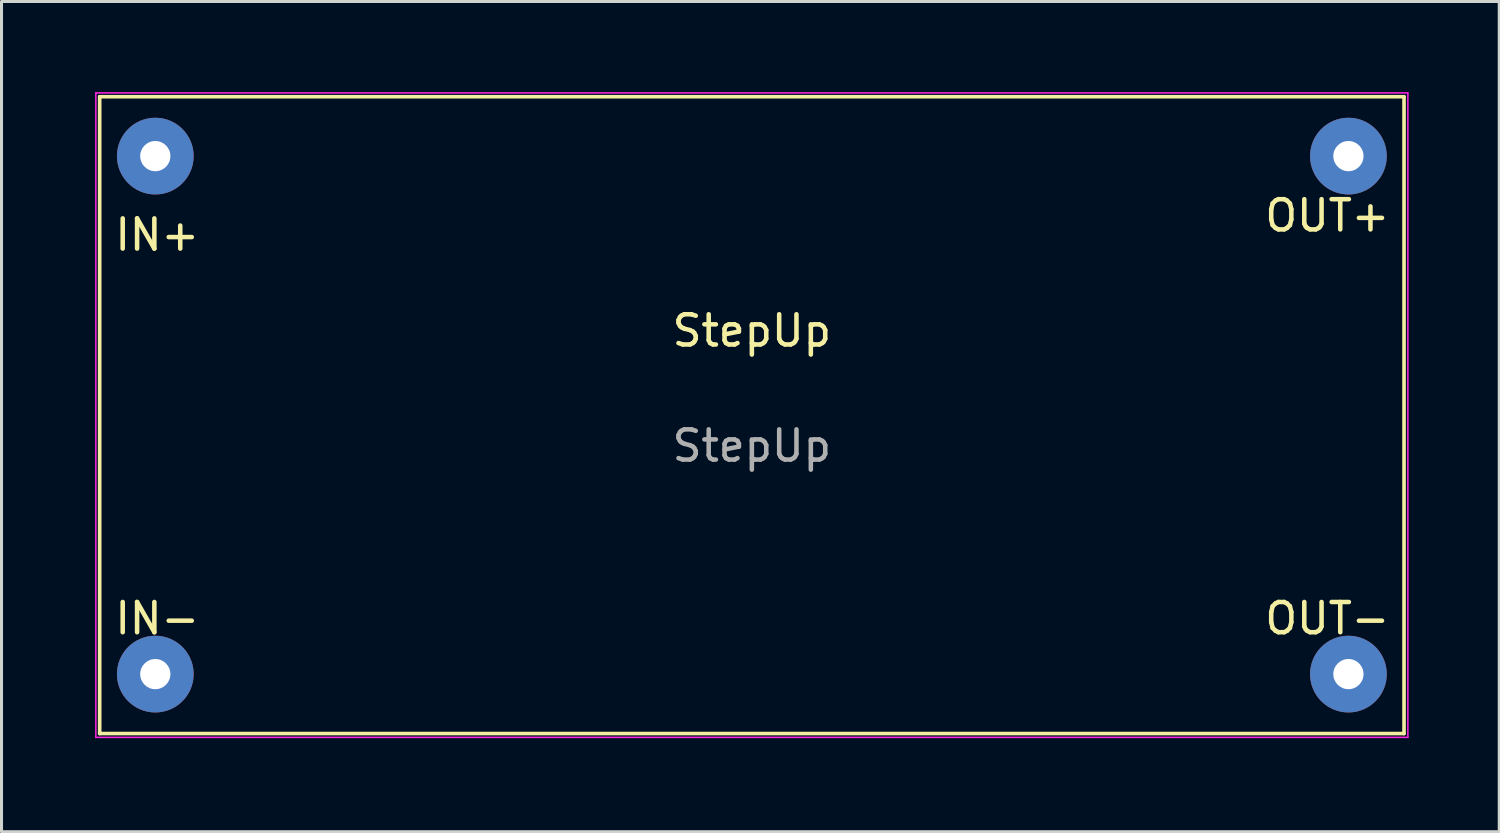
<source format=kicad_pcb>
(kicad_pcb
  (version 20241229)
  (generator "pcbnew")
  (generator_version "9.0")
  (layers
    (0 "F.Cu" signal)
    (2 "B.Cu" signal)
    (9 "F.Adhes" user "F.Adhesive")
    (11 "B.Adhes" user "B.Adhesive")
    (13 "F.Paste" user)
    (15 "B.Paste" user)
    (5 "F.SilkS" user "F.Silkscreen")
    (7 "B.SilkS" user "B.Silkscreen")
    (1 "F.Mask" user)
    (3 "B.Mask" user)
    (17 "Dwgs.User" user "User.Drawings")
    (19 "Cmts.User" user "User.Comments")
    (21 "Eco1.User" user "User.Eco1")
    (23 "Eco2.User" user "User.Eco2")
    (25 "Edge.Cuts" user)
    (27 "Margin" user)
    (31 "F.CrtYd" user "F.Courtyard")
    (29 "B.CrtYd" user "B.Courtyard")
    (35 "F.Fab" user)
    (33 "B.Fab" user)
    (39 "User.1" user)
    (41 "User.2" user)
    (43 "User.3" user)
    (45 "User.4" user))
  (footprint "StepUp"
    (layer "F.Cu")
    (at 0.25 21.234)
    (property "Reference" "StepUp" (at 21.59 -13.335 0) (unlocked yes) (layer "F.SilkS") (effects (font (size 1 1) (thickness 0.15))))
    (attr through_hole)
    (fp_line (start 0 -21.082) (end 43.18 -21.082) (stroke (width 0.12) (type solid)) (layer "F.SilkS"))
    (fp_line (start 0 0) (end 0 -21.082) (stroke (width 0.12) (type solid)) (layer "F.SilkS"))
    (fp_line (start 0 0) (end 43.18 0) (stroke (width 0.12) (type solid)) (layer "F.SilkS"))
    (fp_line (start 43.18 0) (end 43.18 -21.082) (stroke (width 0.12) (type solid)) (layer "F.SilkS"))
    (fp_line (start -0.127 -21.209) (end 43.307 -21.209) (stroke (width 0.05) (type solid)) (layer "F.CrtYd"))
    (fp_line (start -0.127 0.127) (end -0.127 -21.209) (stroke (width 0.05) (type solid)) (layer "F.CrtYd"))
    (fp_line (start 43.307 -21.209) (end 43.307 0.127) (stroke (width 0.05) (type solid)) (layer "F.CrtYd"))
    (fp_line (start 43.307 0.127) (end -0.127 0.127) (stroke (width 0.05) (type solid)) (layer "F.CrtYd"))
    (fp_text user "IN+" (at 1.905 -16.51 0) (unlocked yes) (layer "F.SilkS") (effects (font (size 1 1) (thickness 0.15))))
    (fp_text user "OUT-" (at 40.64 -3.81 0) (unlocked yes) (layer "F.SilkS") (effects (font (size 1 1) (thickness 0.15))))
    (fp_text user "OUT+" (at 40.64 -17.145 0) (unlocked yes) (layer "F.SilkS") (effects (font (size 1 1) (thickness 0.15))))
    (fp_text user "IN-" (at 1.905 -3.81 0) (unlocked yes) (layer "F.SilkS") (effects (font (size 1 1) (thickness 0.15))))
    (fp_text user "${REFERENCE}" (at 21.59 -9.525 0) (unlocked yes) (layer "F.Fab") (effects (font (size 1 1) (thickness 0.15))))
    (pad "1" thru_hole circle (at 1.841 -19.116) (size 2.54 2.54) (drill 1) (layers "*.Cu" "*.Mask"))
    (pad "2" thru_hole circle (at 1.841 -1.968) (size 2.54 2.54) (drill 1) (layers "*.Cu" "*.Mask"))
    (pad "2" thru_hole circle (at 41.339 -1.968) (size 2.54 2.54) (drill 1) (layers "*.Cu" "*.Mask"))
    (pad "3" thru_hole circle (at 41.339 -19.116) (size 2.54 2.54) (drill 1) (layers "*.Cu" "*.Mask")))
  (gr_rect
    (start -3 -3)
    (end 46.582 24.484)
    (stroke (width 0.1) (type default))
    (fill no)
    (layer "Edge.Cuts")))
</source>
